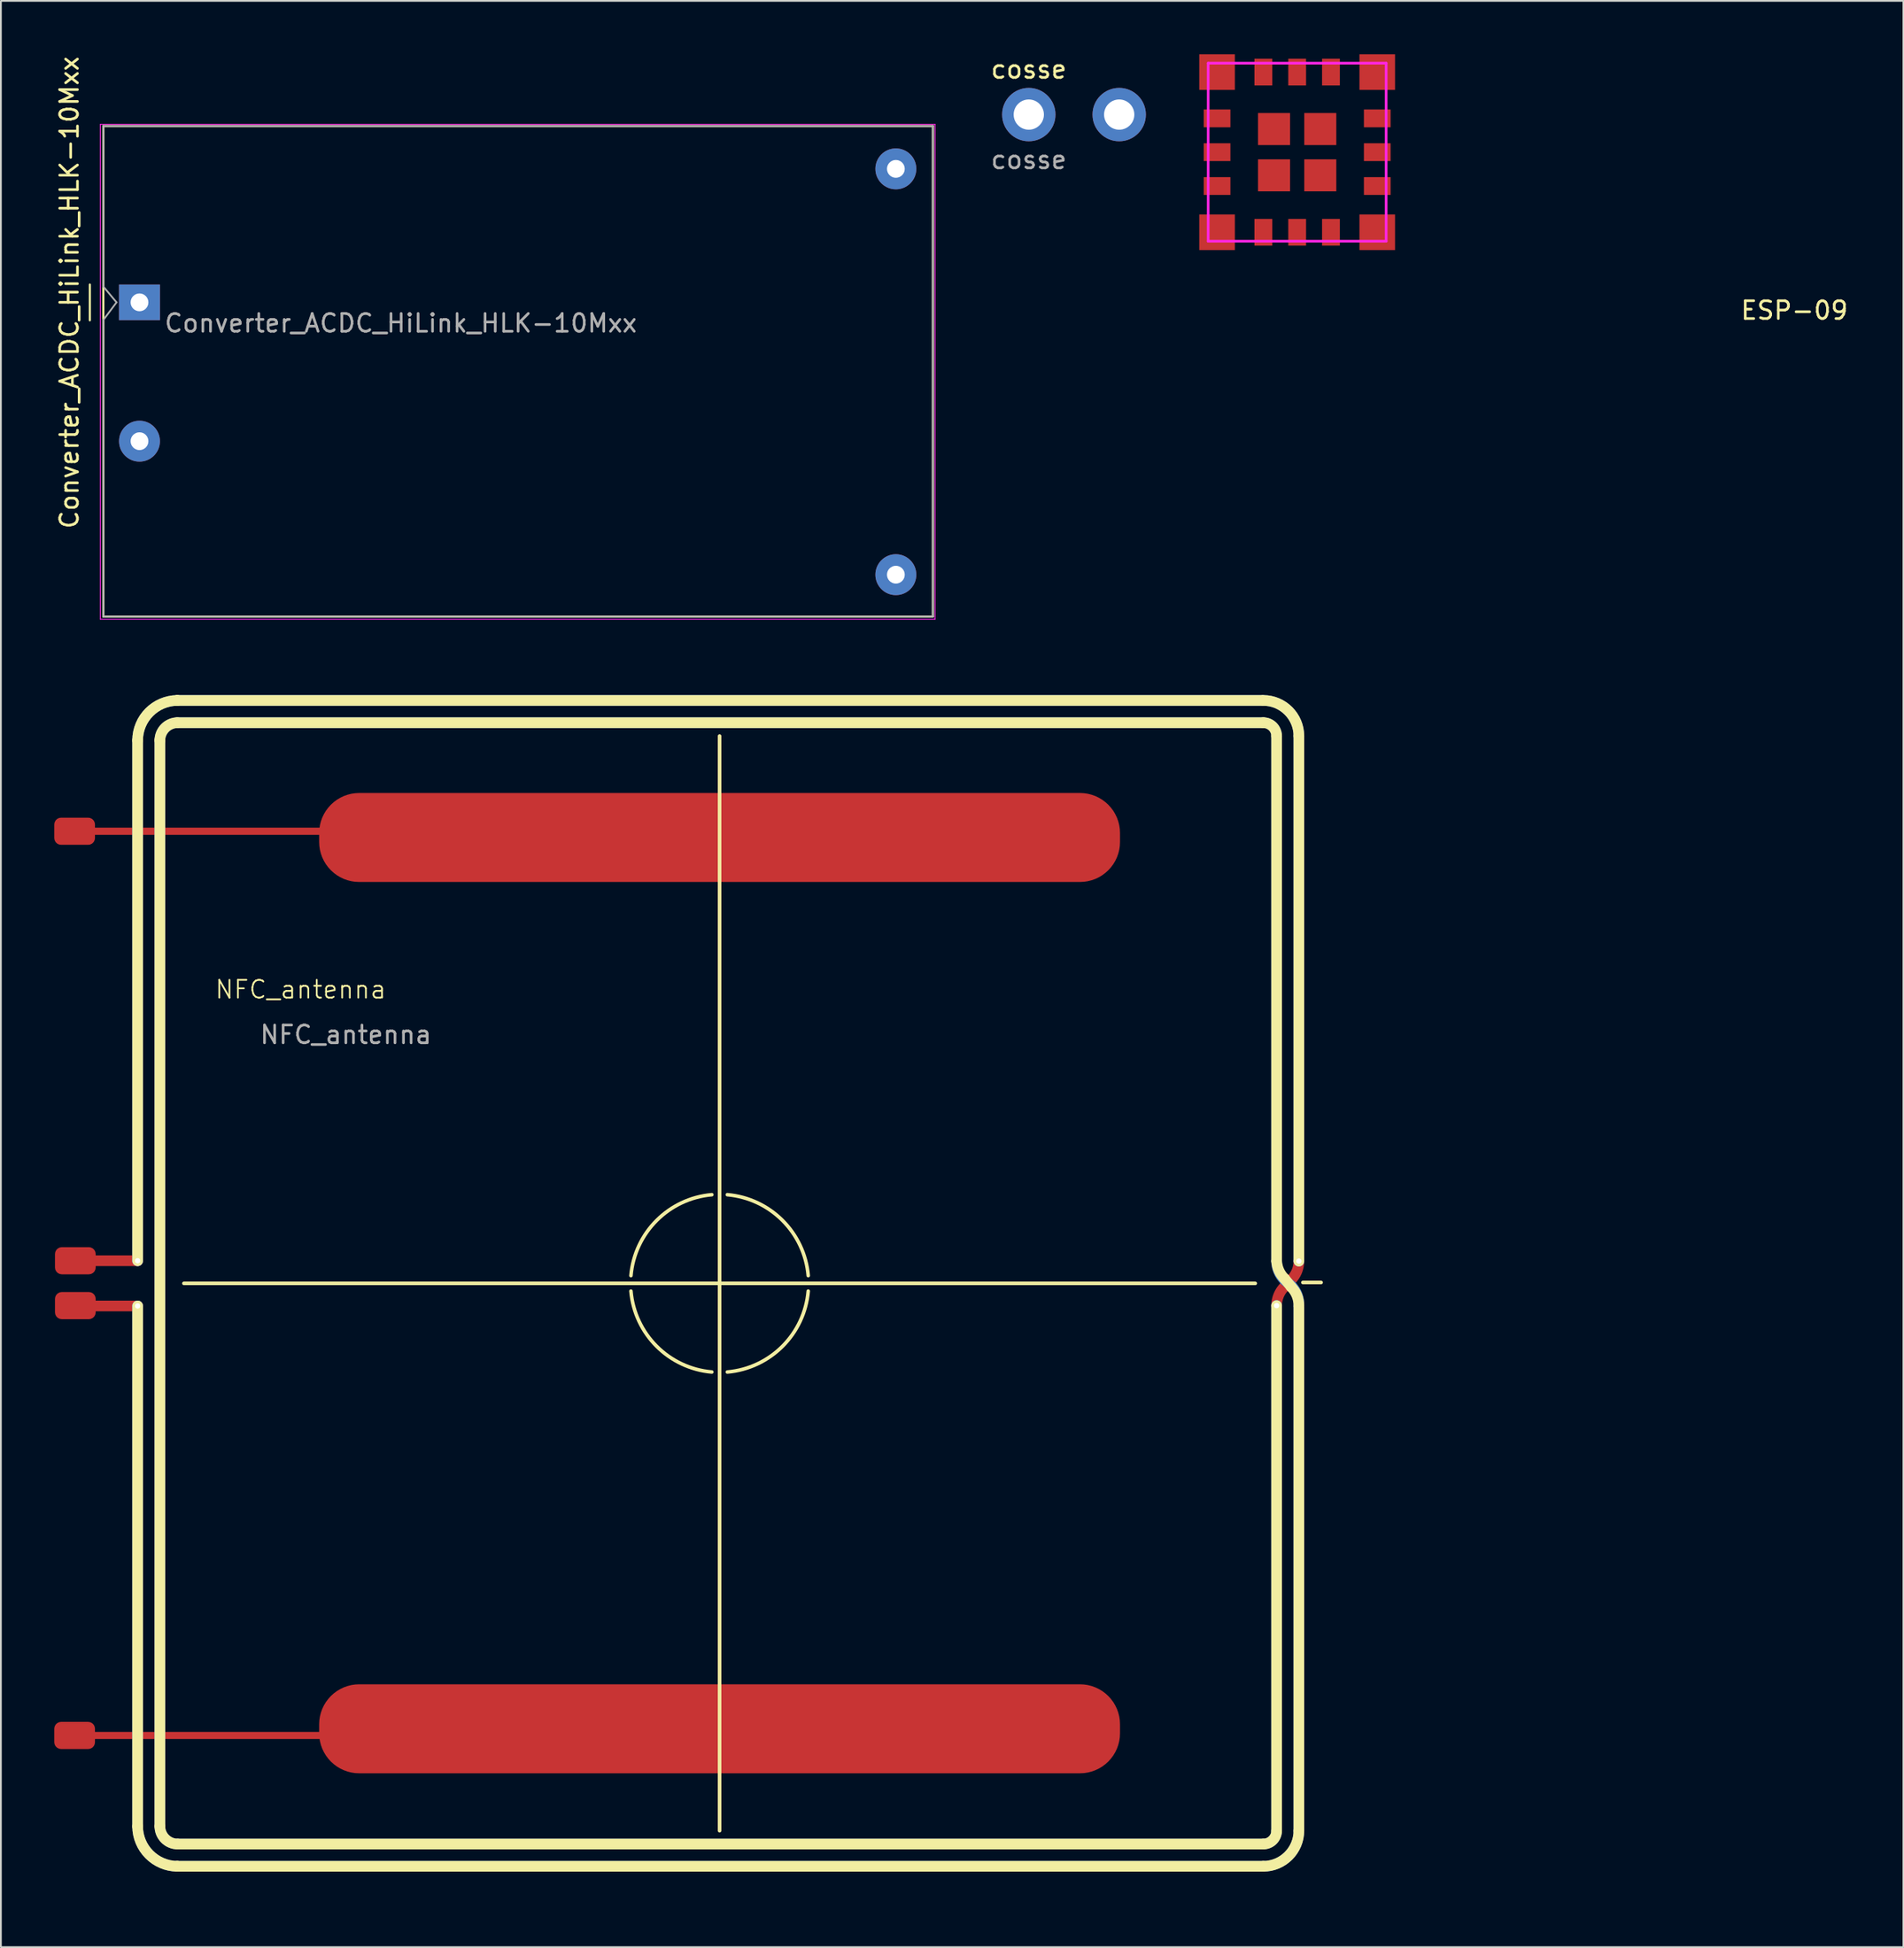
<source format=kicad_pcb>
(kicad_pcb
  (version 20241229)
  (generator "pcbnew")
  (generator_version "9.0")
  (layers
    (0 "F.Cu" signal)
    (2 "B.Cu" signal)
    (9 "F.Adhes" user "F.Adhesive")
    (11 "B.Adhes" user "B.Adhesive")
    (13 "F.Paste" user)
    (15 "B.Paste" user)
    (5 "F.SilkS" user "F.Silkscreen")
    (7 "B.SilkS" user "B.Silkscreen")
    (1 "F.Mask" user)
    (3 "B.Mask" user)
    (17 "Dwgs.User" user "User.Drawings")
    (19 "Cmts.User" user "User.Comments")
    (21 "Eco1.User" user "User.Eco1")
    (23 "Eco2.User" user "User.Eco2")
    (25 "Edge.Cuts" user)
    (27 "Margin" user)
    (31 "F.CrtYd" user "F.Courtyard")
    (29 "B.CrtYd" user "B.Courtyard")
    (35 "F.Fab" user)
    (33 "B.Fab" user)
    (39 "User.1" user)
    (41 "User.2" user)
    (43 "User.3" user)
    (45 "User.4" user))
  (footprint "cosse"
    (layer "F.Cu")
    (at 57.297 3.388)
    (property "Reference" "cosse" (at -2.54 -2.54 0) (unlocked yes) (layer "F.SilkS") (effects (font (size 1 1) (thickness 0.15))))
    (attr through_hole)
    (fp_text user "${REFERENCE}" (at -2.54 2.54 0) (unlocked yes) (layer "F.Fab") (effects (font (size 1 1) (thickness 0.15))))
    (pad "1" thru_hole circle (at -2.54 0) (size 3 3) (drill 1.7) (layers "*.Cu" "*.Mask"))
    (pad "1" thru_hole circle (at 2.54 0) (size 3 3) (drill 1.7) (layers "*.Cu" "*.Mask")))
  (footprint "ESP-09"
    (layer "F.Cu")
    (at 69.837 5.5)
    (property "Reference" "ESP-09" (at 27.94 8.89 0) (layer "F.SilkS") (effects (font (size 1 1) (thickness 0.15))))
    (attr through_hole)
    (fp_line (start -5 -5) (end -5 5) (stroke (width 0.15) (type solid)) (layer "F.CrtYd"))
    (fp_line (start -5 -5) (end 5 -5) (stroke (width 0.15) (type solid)) (layer "F.CrtYd"))
    (fp_line (start -5 5) (end 5 5) (stroke (width 0.15) (type solid)) (layer "F.CrtYd"))
    (fp_line (start 5 5) (end 5 -5) (stroke (width 0.15) (type solid)) (layer "F.CrtYd"))
    (pad "1" smd rect (at -4.5 -4.5 90) (size 2 2) (layers "F.Cu" "F.Mask" "F.Paste"))
    (pad "2" smd rect (at -4.5 -1.9) (size 1.5 1) (layers "F.Cu" "F.Mask" "F.Paste"))
    (pad "3" smd rect (at -4.5 0) (size 1.5 1) (layers "F.Cu" "F.Mask" "F.Paste"))
    (pad "4" smd rect (at -4.5 1.9) (size 1.5 1) (layers "F.Cu" "F.Mask" "F.Paste"))
    (pad "5" smd rect (at -4.5 4.5 180) (size 2 2) (layers "F.Cu" "F.Mask" "F.Paste"))
    (pad "6" smd rect (at -1.9 4.5 90) (size 1.5 1) (layers "F.Cu" "F.Mask" "F.Paste"))
    (pad "7" smd rect (at 0 4.5 90) (size 1.5 1) (layers "F.Cu" "F.Mask" "F.Paste"))
    (pad "8" smd rect (at 1.9 4.5 90) (size 1.5 1) (layers "F.Cu" "F.Mask" "F.Paste"))
    (pad "9" smd rect (at 4.5 4.5 270) (size 2 2) (layers "F.Cu" "F.Mask" "F.Paste"))
    (pad "10" smd rect (at 4.5 1.9) (size 1.5 1) (layers "F.Cu" "F.Mask" "F.Paste"))
    (pad "11" smd rect (at 4.5 0) (size 1.5 1) (layers "F.Cu" "F.Mask" "F.Paste"))
    (pad "12" smd rect (at 4.5 -1.9) (size 1.5 1) (layers "F.Cu" "F.Mask" "F.Paste"))
    (pad "13" smd rect (at 4.5 -4.5) (size 2 2) (layers "F.Cu" "F.Mask" "F.Paste"))
    (pad "14" smd rect (at 1.9 -4.5 90) (size 1.5 1) (layers "F.Cu" "F.Mask" "F.Paste"))
    (pad "15" smd rect (at 0 -4.5 90) (size 1.5 1) (layers "F.Cu" "F.Mask" "F.Paste"))
    (pad "16" smd rect (at -1.9 -4.5 90) (size 1.5 1) (layers "F.Cu" "F.Mask" "F.Paste"))
    (pad "17" smd rect (at -1.3 -1.3 90) (size 1.8 1.8) (layers "F.Cu" "F.Mask" "F.Paste"))
    (pad "18" smd rect (at 1.3 -1.3) (size 1.8 1.8) (layers "F.Cu" "F.Mask" "F.Paste"))
    (pad "19" smd rect (at -1.3 1.3 180) (size 1.8 1.8) (layers "F.Cu" "F.Mask" "F.Paste"))
    (pad "20" smd rect (at 1.3 1.3) (size 1.8 1.8) (layers "F.Cu" "F.Mask" "F.Paste")))
  (footprint "Converter_ACDC_HiLink_HLK-10Mxx"
    (layer "F.Cu")
    (at 4.788 13.937)
    (property "Reference" "Converter_ACDC_HiLink_HLK-10Mxx" (at -3.94 -0.55 90) (layer "F.SilkS") (effects (font (size 1 1) (thickness 0.15))))
    (attr through_hole)
    (fp_line (start -2.79 -1) (end -2.79 1.01) (stroke (width 0.12) (type solid)) (layer "F.SilkS"))
    (fp_line (start -2.032 -9.906) (end -2.032 17.653) (stroke (width 0.12) (type solid)) (layer "F.SilkS"))
    (fp_line (start -2.032 17.653) (end 44.577 17.653) (stroke (width 0.12) (type solid)) (layer "F.SilkS"))
    (fp_line (start 44.577 -9.906) (end -2.032 -9.906) (stroke (width 0.12) (type solid)) (layer "F.SilkS"))
    (fp_line (start 44.577 17.653) (end 44.577 -9.906) (stroke (width 0.12) (type solid)) (layer "F.SilkS"))
    (fp_line (start -2.2 -10) (end -2.2 17.8) (stroke (width 0.05) (type solid)) (layer "F.CrtYd"))
    (fp_line (start -2.2 17.8) (end 44.7 17.8) (stroke (width 0.05) (type solid)) (layer "F.CrtYd"))
    (fp_line (start 44.7 -10) (end -2.2 -10) (stroke (width 0.05) (type solid)) (layer "F.CrtYd"))
    (fp_line (start 44.7 17.8) (end 44.7 -10) (stroke (width 0.05) (type solid)) (layer "F.CrtYd"))
    (fp_line (start -2.032 -9.906) (end 44.577 -9.906) (stroke (width 0.1) (type solid)) (layer "F.Fab"))
    (fp_line (start -2.032 -0.889) (end -2.032 -9.906) (stroke (width 0.1) (type solid)) (layer "F.Fab"))
    (fp_line (start -2.032 -0.889) (end -1.29 0) (stroke (width 0.1) (type solid)) (layer "F.Fab"))
    (fp_line (start -2.032 17.653) (end -2.032 0.99) (stroke (width 0.1) (type solid)) (layer "F.Fab"))
    (fp_line (start -2.032 17.653) (end 44.577 17.653) (stroke (width 0.1) (type solid)) (layer "F.Fab"))
    (fp_line (start -1.29 0) (end -2.032 0.99) (stroke (width 0.1) (type solid)) (layer "F.Fab"))
    (fp_line (start 44.577 17.653) (end 44.577 -9.906) (stroke (width 0.1) (type solid)) (layer "F.Fab"))
    (fp_text user "${REFERENCE}" (at 14.68 1.17 0) (layer "F.Fab") (effects (font (size 1 1) (thickness 0.15))))
    (pad "1" thru_hole rect (at 0 0) (size 2.3 2) (drill 1) (layers "*.Cu" "*.Mask"))
    (pad "2" thru_hole circle (at 0 7.8) (size 2.3 2.3) (drill 1) (layers "*.Cu" "*.Mask"))
    (pad "3" thru_hole circle (at 42.5 -7.5) (size 2.3 2.3) (drill 1) (layers "*.Cu" "*.Mask"))
    (pad "4" thru_hole circle (at 42.5 15.3) (size 2.3 2.3) (drill 1) (layers "*.Cu" "*.Mask")))
  (footprint "NFC_antenna"
    (layer "F.Cu")
    (at 3.683 69.052)
    (property "Reference" "NFC_antenna" (at 10.16 -16.51 0) (unlocked yes) (layer "F.SilkS") (effects (font (size 1 1) (thickness 0.1))))
    (attr smd)
    (fp_line (start -2.54 -25.4) (end 12.7 -25.4) (stroke (width 0.4) (type default)) (layer "F.Cu"))
    (fp_line (start -2.54 25.4) (end 12.7 25.4) (stroke (width 0.4) (type default)) (layer "F.Cu"))
    (fp_line (start 1 -1.27) (end -2.5 -1.27) (stroke (width 0.6) (type default)) (layer "F.Cu"))
    (fp_line (start 1 1.27) (end -2.54 1.27) (stroke (width 0.6) (type default)) (layer "F.Cu"))
    (fp_line (start 65.811 -0.189) (end 65.439 0.189) (stroke (width 0.6) (type default)) (layer "F.Cu"))
    (fp_arc (start 65.000001 1.25) (mid 65.114182 0.675976) (end 65.439341 0.189341) (stroke (width 0.6) (type default)) (layer "F.Cu"))
    (fp_arc (start 66.25 -1.25) (mid 66.135819 -0.675975) (end 65.81066 -0.18934) (stroke (width 0.6) (type default)) (layer "F.Cu"))
    (fp_poly (pts (xy 54.171 -22.561) (xy 54.389 -22.593) (xy 54.603 -22.647) (xy 54.811 -22.721) (xy 55.011 -22.816) (xy 55.2 -22.929) (xy 55.377 -23.061) (xy 55.541 -23.209) (xy 55.689 -23.373) (xy 55.821 -23.55) (xy 55.934 -23.739) (xy 56.029 -23.939) (xy 56.103 -24.147) (xy 56.157 -24.361) (xy 56.189 -24.579) (xy 56.2 -24.8) (xy 56.2 -25.3) (xy 56.189 -25.521) (xy 56.157 -25.739) (xy 56.103 -25.953) (xy 56.029 -26.161) (xy 55.934 -26.361) (xy 55.821 -26.55) (xy 55.689 -26.727) (xy 55.541 -26.891) (xy 55.377 -27.039) (xy 55.2 -27.171) (xy 55.011 -27.284) (xy 54.811 -27.379) (xy 54.603 -27.453) (xy 54.389 -27.507) (xy 54.171 -27.539) (xy 53.95 -27.55) (xy 13.45 -27.55) (xy 13.229 -27.539) (xy 13.011 -27.507) (xy 12.797 -27.453) (xy 12.589 -27.379) (xy 12.389 -27.284) (xy 12.2 -27.171) (xy 12.023 -27.039) (xy 11.859 -26.891) (xy 11.711 -26.727) (xy 11.579 -26.55) (xy 11.466 -26.361) (xy 11.371 -26.161) (xy 11.297 -25.953) (xy 11.243 -25.739) (xy 11.211 -25.521) (xy 11.2 -25.3) (xy 11.2 -24.8) (xy 11.211 -24.579) (xy 11.243 -24.361) (xy 11.297 -24.147) (xy 11.371 -23.939) (xy 11.466 -23.739) (xy 11.579 -23.55) (xy 11.711 -23.373) (xy 11.859 -23.209) (xy 12.023 -23.061) (xy 12.2 -22.929) (xy 12.389 -22.816) (xy 12.589 -22.721) (xy 12.797 -22.647) (xy 13.011 -22.593) (xy 13.229 -22.561) (xy 13.45 -22.55) (xy 53.95 -22.55)) (stroke (width 0) (type solid)) (fill yes) (layer "F.Cu"))
    (fp_poly (pts (xy 54.171 27.514) (xy 54.389 27.482) (xy 54.603 27.428) (xy 54.811 27.354) (xy 55.011 27.259) (xy 55.2 27.146) (xy 55.377 27.014) (xy 55.541 26.866) (xy 55.689 26.702) (xy 55.821 26.525) (xy 55.934 26.336) (xy 56.029 26.136) (xy 56.103 25.928) (xy 56.157 25.714) (xy 56.189 25.496) (xy 56.2 25.275) (xy 56.2 24.775) (xy 56.189 24.554) (xy 56.157 24.336) (xy 56.103 24.122) (xy 56.029 23.914) (xy 55.934 23.714) (xy 55.821 23.525) (xy 55.689 23.348) (xy 55.541 23.184) (xy 55.377 23.036) (xy 55.2 22.904) (xy 55.011 22.791) (xy 54.811 22.696) (xy 54.603 22.622) (xy 54.389 22.568) (xy 54.171 22.536) (xy 53.95 22.525) (xy 13.45 22.525) (xy 13.229 22.536) (xy 13.011 22.568) (xy 12.797 22.622) (xy 12.589 22.696) (xy 12.389 22.791) (xy 12.2 22.904) (xy 12.023 23.036) (xy 11.859 23.184) (xy 11.711 23.348) (xy 11.579 23.525) (xy 11.466 23.714) (xy 11.371 23.914) (xy 11.297 24.122) (xy 11.243 24.336) (xy 11.211 24.554) (xy 11.2 24.775) (xy 11.2 25.275) (xy 11.211 25.496) (xy 11.243 25.714) (xy 11.297 25.928) (xy 11.371 26.136) (xy 11.466 26.336) (xy 11.579 26.525) (xy 11.711 26.702) (xy 11.859 26.866) (xy 12.023 27.014) (xy 12.2 27.146) (xy 12.389 27.259) (xy 12.589 27.354) (xy 12.797 27.428) (xy 13.011 27.482) (xy 13.229 27.514) (xy 13.45 27.525) (xy 53.95 27.525)) (stroke (width 0) (type solid)) (fill yes) (layer "F.Cu"))
    (fp_line (start 1 -1.27) (end 1 -30.5) (stroke (width 0.6) (type default)) (layer "B.Cu"))
    (fp_line (start 1 30.5) (end 1 1.27) (stroke (width 0.6) (type default)) (layer "B.Cu"))
    (fp_line (start 2.25 30.5) (end 2.25 -30.5) (stroke (width 0.6) (type default)) (layer "B.Cu"))
    (fp_line (start 3.25 -32.75) (end 64.25 -32.75) (stroke (width 0.6) (type default)) (layer "B.Cu"))
    (fp_line (start 3.25 -31.5) (end 64.25 -31.5) (stroke (width 0.6) (type default)) (layer "B.Cu"))
    (fp_line (start 3.25 32.75) (end 64.25 32.75) (stroke (width 0.6) (type default)) (layer "B.Cu"))
    (fp_line (start 64.25 31.5) (end 3.25 31.5) (stroke (width 0.6) (type default)) (layer "B.Cu"))
    (fp_line (start 65 -30.75) (end 65 -1.25) (stroke (width 0.6) (type default)) (layer "B.Cu"))
    (fp_line (start 65 30.75) (end 65 1.25) (stroke (width 0.6) (type default)) (layer "B.Cu"))
    (fp_line (start 65.851 0.157) (end 65.439 -0.189) (stroke (width 0.6) (type default)) (layer "B.Cu"))
    (fp_line (start 66.25 -30.75) (end 66.25 -1.25) (stroke (width 0.6) (type default)) (layer "B.Cu"))
    (fp_line (start 66.25 1.25) (end 66.25 30.75) (stroke (width 0.6) (type default)) (layer "B.Cu"))
    (fp_arc (start 0.999998 -30.5) (mid 1.659009 -32.09099) (end 3.25 -32.75) (stroke (width 0.6) (type default)) (layer "B.Cu"))
    (fp_arc (start 2.25 -30.5) (mid 2.542893 -31.207106) (end 3.25 -31.5) (stroke (width 0.6) (type default)) (layer "B.Cu"))
    (fp_arc (start 3.25 31.5) (mid 2.542894 31.207107) (end 2.25 30.5) (stroke (width 0.6) (type default)) (layer "B.Cu"))
    (fp_arc (start 3.25 32.75) (mid 1.65901 32.09099) (end 1 30.5) (stroke (width 0.6) (type default)) (layer "B.Cu"))
    (fp_arc (start 64.25 -32.75) (mid 65.664214 -32.164214) (end 66.25 -30.75) (stroke (width 0.6) (type default)) (layer "B.Cu"))
    (fp_arc (start 64.25 -31.5) (mid 64.78033 -31.28033) (end 65 -30.75) (stroke (width 0.6) (type default)) (layer "B.Cu"))
    (fp_arc (start 65 30.75) (mid 64.78033 31.28033) (end 64.25 31.5) (stroke (width 0.6) (type default)) (layer "B.Cu"))
    (fp_arc (start 65.43939 -0.18929) (mid 65.114194 -0.675942) (end 65 -1.25) (stroke (width 0.6) (type solid)) (layer "B.Cu"))
    (fp_arc (start 65.850538 0.156661) (mid 66.160513 0.663052) (end 66.25 1.25) (stroke (width 0.6) (type solid)) (layer "B.Cu"))
    (fp_arc (start 66.25 30.75) (mid 65.664214 32.164214) (end 64.25 32.75) (stroke (width 0.6) (type default)) (layer "B.Cu"))
    (fp_line (start 1 -1.27) (end 1 -30.525) (stroke (width 0.6) (type solid)) (layer "F.SilkS"))
    (fp_line (start 1 30.525) (end 1 1.27) (stroke (width 0.6) (type solid)) (layer "F.SilkS"))
    (fp_line (start 2.25 30.5) (end 2.25 -30.526) (stroke (width 0.6) (type solid)) (layer "F.SilkS"))
    (fp_line (start 3.224 -31.5) (end 64.25 -31.5) (stroke (width 0.6) (type solid)) (layer "F.SilkS"))
    (fp_line (start 3.225 -32.75) (end 3.225 -32.75) (stroke (width 0.6) (type solid)) (layer "F.SilkS"))
    (fp_line (start 3.225 -32.75) (end 64.177 -32.75) (stroke (width 0.6) (type solid)) (layer "F.SilkS"))
    (fp_line (start 3.225 32.75) (end 3.225 32.75) (stroke (width 0.6) (type solid)) (layer "F.SilkS"))
    (fp_line (start 3.225 32.75) (end 64.25 32.75) (stroke (width 0.6) (type solid)) (layer "F.SilkS"))
    (fp_line (start 3.25 31.5) (end 64.25 31.5) (stroke (width 0.6) (type solid)) (layer "F.SilkS"))
    (fp_line (start 3.6 0) (end 63.8 0) (stroke (width 0.2) (type solid)) (layer "F.SilkS"))
    (fp_line (start 33.7 30.75) (end 33.7 -30.75) (stroke (width 0.2) (type solid)) (layer "F.SilkS"))
    (fp_line (start 65 30.769) (end 65 1.25) (stroke (width 0.6) (type solid)) (layer "F.SilkS"))
    (fp_line (start 65 -1.25) (end 65 -30.75) (stroke (width 0.6) (type solid)) (layer "F.SilkS"))
    (fp_line (start 65.811 0.189) (end 65.449 -0.261) (stroke (width 0.6) (type default)) (layer "F.SilkS"))
    (fp_line (start 66.25 -1.25) (end 66.25 -30.75) (stroke (width 0.6) (type solid)) (layer "F.SilkS"))
    (fp_line (start 66.25 30.75) (end 66.25 1.334) (stroke (width 0.6) (type solid)) (layer "F.SilkS"))
    (fp_line (start 66.475 -0.05) (end 67.5 -0.05) (stroke (width 0.2) (type solid)) (layer "F.SilkS"))
    (fp_arc (start 0.999962 -30.499999) (mid 1.650168 -32.082153) (end 3.225 -32.749899) (stroke (width 0.6) (type solid)) (layer "F.SilkS"))
    (fp_arc (start 2.249668 -30.499902) (mid 2.533561 -31.198125) (end 3.2242 -31.499999) (stroke (width 0.6) (type solid)) (layer "F.SilkS"))
    (fp_arc (start 3.225 32.749999) (mid 1.650097 32.082224) (end 0.999862 30.499999) (stroke (width 0.6) (type solid)) (layer "F.SilkS"))
    (fp_arc (start 3.25 31.5) (mid 2.542893 31.207107) (end 2.25 30.5) (stroke (width 0.6) (type solid)) (layer "F.SilkS"))
    (fp_arc (start 28.719 -0.4358) (mid 30.164446 -3.535554) (end 33.2642 -4.981) (stroke (width 0.2) (type solid)) (layer "F.SilkS"))
    (fp_arc (start 33.2642 4.981) (mid 30.164446 3.535554) (end 28.719 0.4358) (stroke (width 0.2) (type solid)) (layer "F.SilkS"))
    (fp_arc (start 34.1358 -4.981) (mid 37.235554 -3.535554) (end 38.681 -0.4358) (stroke (width 0.2) (type solid)) (layer "F.SilkS"))
    (fp_arc (start 38.681 0.4358) (mid 37.235554 3.535554) (end 34.1358 4.981) (stroke (width 0.2) (type solid)) (layer "F.SilkS"))
    (fp_arc (start 64.249973 -32.75) (mid 65.664215 -32.164213) (end 66.25 -30.74997) (stroke (width 0.6) (type solid)) (layer "F.SilkS"))
    (fp_arc (start 64.25 -31.5) (mid 64.78033 -31.28033) (end 65 -30.75) (stroke (width 0.6) (type solid)) (layer "F.SilkS"))
    (fp_arc (start 64.999751 30.769343) (mid 64.773447 31.287125) (end 64.25 31.5) (stroke (width 0.6) (type default)) (layer "F.SilkS"))
    (fp_arc (start 65.448627 -0.261146) (mid 65.131851 -0.713624) (end 65.000001 -1.25) (stroke (width 0.6) (type solid)) (layer "F.SilkS"))
    (fp_arc (start 65.810701 0.189383) (mid 66.135835 0.676017) (end 66.249999 1.25003) (stroke (width 0.6) (type solid)) (layer "F.SilkS"))
    (fp_arc (start 66.250001 30.75) (mid 65.664214 32.164214) (end 64.25 32.75) (stroke (width 0.6) (type default)) (layer "F.SilkS"))
    (fp_text user "${REFERENCE}" (at 12.7 -13.97 0) (unlocked yes) (layer "F.Fab") (effects (font (size 1 1) (thickness 0.15))))
    (pad "" thru_hole circle (at 1 -1.27) (size 0.6 0.6) (drill 0.3) (layers "*.Cu"))
    (pad "" thru_hole circle (at 1 1.27) (size 0.6 0.6) (drill 0.3) (layers "*.Cu"))
    (pad "" thru_hole circle (at 65 1.25) (size 0.6 0.6) (drill 0.3) (layers "*.Cu"))
    (pad "" thru_hole circle (at 66.25 -1.25) (size 0.6 0.6) (drill 0.3) (layers "*.Cu"))
    (pad "1" smd roundrect (at -2.5 -1.27) (size 2.286 1.524) (layers "F.Cu" "F.Mask" "F.Paste") (roundrect_rratio 0.25))
    (pad "2" smd roundrect (at -2.5 1.25) (size 2.286 1.524) (layers "F.Cu" "F.Mask" "F.Paste") (roundrect_rratio 0.25))
    (pad "3" smd roundrect (at -2.54 -25.4) (size 2.286 1.524) (layers "F.Cu" "F.Mask" "F.Paste") (roundrect_rratio 0.25))
    (pad "4" smd roundrect (at -2.54 25.4) (size 2.286 1.524) (layers "F.Cu" "F.Mask" "F.Paste") (roundrect_rratio 0.25))
    (zone (net_name "") (layers "F.Cu" "B.Cu") (hatch edge 0.5) (connect_pads) (min_thickness 0.25) (filled_areas_thickness no) (keepout (tracks not_allowed) (vias not_allowed) (pads not_allowed) (copperpour not_allowed) (footprints not_allowed)) (placement (enabled no)) (fill) (polygon (pts (xy 3.683 34.762) (xy 72.263 34.762) (xy 72.263 103.342) (xy 3.683 103.342)))))
  (gr_rect
    (start -3 -3)
    (end 103.902 106.342)
    (stroke (width 0.1) (type default))
    (fill no)
    (layer "Edge.Cuts")))
</source>
